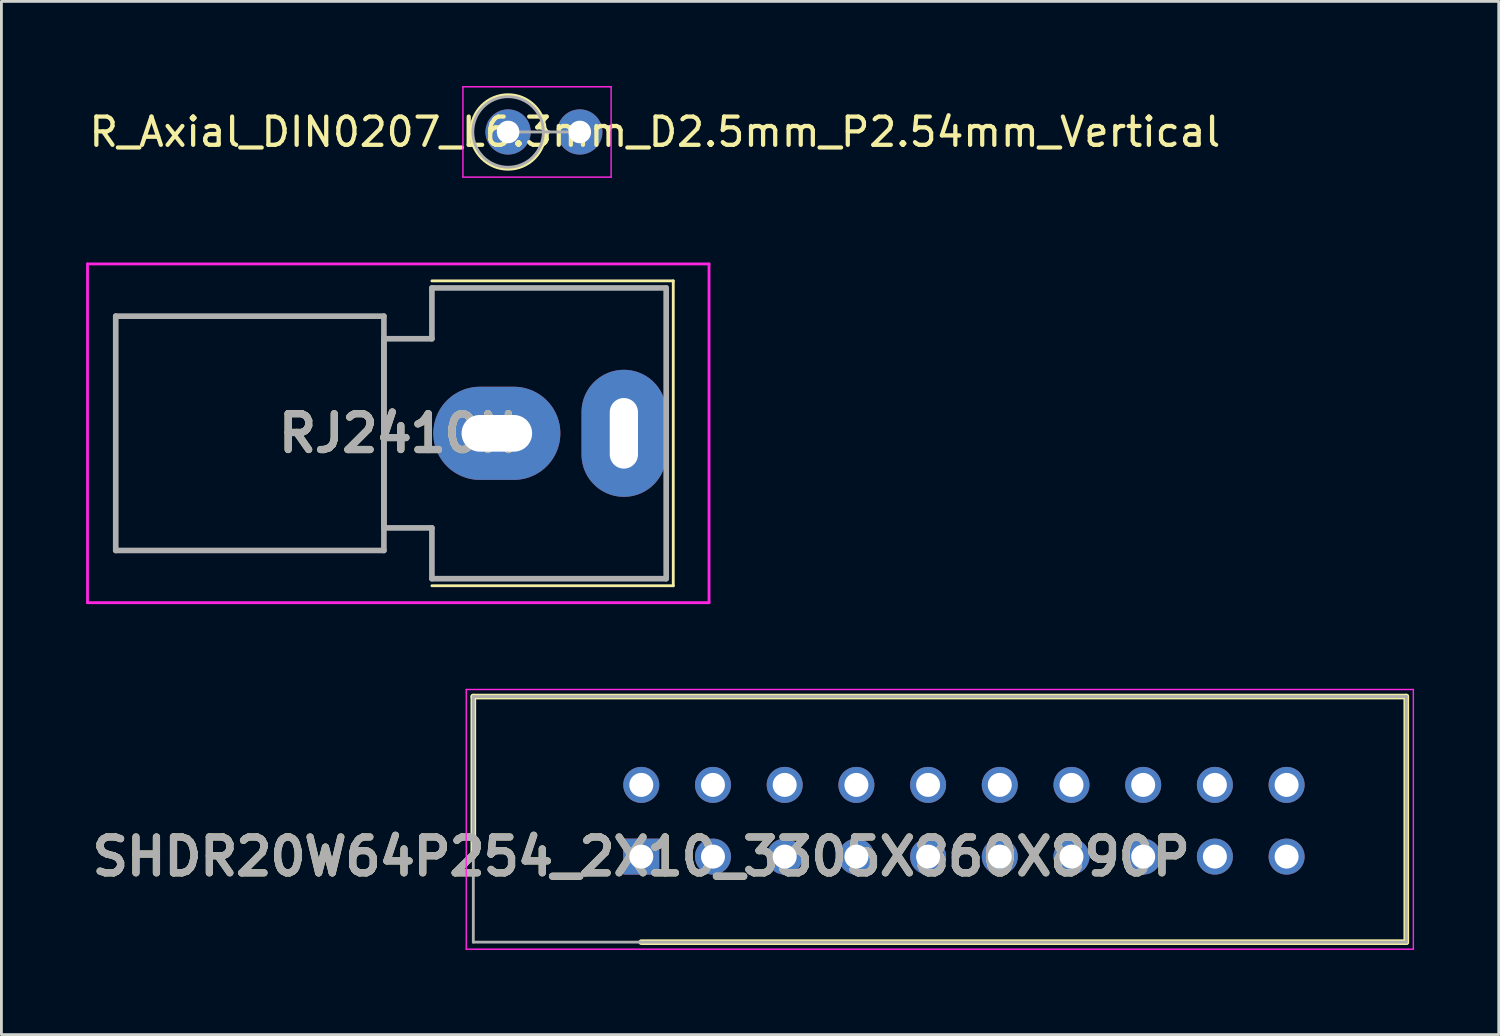
<source format=kicad_pcb>
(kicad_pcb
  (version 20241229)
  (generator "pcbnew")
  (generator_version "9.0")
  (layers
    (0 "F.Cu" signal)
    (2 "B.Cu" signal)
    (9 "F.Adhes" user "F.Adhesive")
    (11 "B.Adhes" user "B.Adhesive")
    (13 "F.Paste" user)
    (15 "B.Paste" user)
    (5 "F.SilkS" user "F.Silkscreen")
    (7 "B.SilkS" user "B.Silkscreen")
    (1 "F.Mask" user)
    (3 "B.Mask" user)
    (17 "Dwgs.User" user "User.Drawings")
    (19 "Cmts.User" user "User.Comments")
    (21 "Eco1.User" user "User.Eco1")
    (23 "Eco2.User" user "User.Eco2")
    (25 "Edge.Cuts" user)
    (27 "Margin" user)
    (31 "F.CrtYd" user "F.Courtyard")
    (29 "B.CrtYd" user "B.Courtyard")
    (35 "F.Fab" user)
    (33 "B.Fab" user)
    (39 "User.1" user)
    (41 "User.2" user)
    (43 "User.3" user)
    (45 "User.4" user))
  (footprint "SHDR20W64P254_2X10_3305X860X890P"
    (layer "F.Cu")
    (at 19.667 27.295)
    (property "Reference" "SHDR20W64P254_2X10_3305X860X890P" (at 0 0 0) (layer "F.SilkS") (effects (font (size 1.27 1.27) (thickness 0.254))))
    (attr through_hole)
    (fp_line (start -5.95 -5.67) (end -5.95 0) (stroke (width 0.2) (type solid)) (layer "F.SilkS"))
    (fp_line (start 0 3.03) (end 27.1 3.03) (stroke (width 0.2) (type solid)) (layer "F.SilkS"))
    (fp_line (start 27.1 -5.67) (end -5.95 -5.67) (stroke (width 0.2) (type solid)) (layer "F.SilkS"))
    (fp_line (start 27.1 3.03) (end 27.1 -5.67) (stroke (width 0.2) (type solid)) (layer "F.SilkS"))
    (fp_line (start -6.2 -5.92) (end 27.35 -5.92) (stroke (width 0.05) (type solid)) (layer "F.CrtYd"))
    (fp_line (start -6.2 3.28) (end -6.2 -5.92) (stroke (width 0.05) (type solid)) (layer "F.CrtYd"))
    (fp_line (start 27.35 -5.92) (end 27.35 3.28) (stroke (width 0.05) (type solid)) (layer "F.CrtYd"))
    (fp_line (start 27.35 3.28) (end -6.2 3.28) (stroke (width 0.05) (type solid)) (layer "F.CrtYd"))
    (fp_line (start -5.95 -5.67) (end 27.1 -5.67) (stroke (width 0.1) (type solid)) (layer "F.Fab"))
    (fp_line (start -5.95 3.03) (end -5.95 -5.67) (stroke (width 0.1) (type solid)) (layer "F.Fab"))
    (fp_line (start 27.1 -5.67) (end 27.1 3.03) (stroke (width 0.1) (type solid)) (layer "F.Fab"))
    (fp_line (start 27.1 3.03) (end -5.95 3.03) (stroke (width 0.1) (type solid)) (layer "F.Fab"))
    (fp_text user "${REFERENCE}" (at 0 0 0) (layer "F.Fab") (effects (font (size 1.27 1.27) (thickness 0.254))))
    (pad "1" thru_hole rect (at 0 0) (size 1.275 1.275) (drill 0.85) (layers "*.Cu" "*.Mask"))
    (pad "2" thru_hole circle (at 0 -2.54) (size 1.275 1.275) (drill 0.85) (layers "*.Cu" "*.Mask"))
    (pad "3" thru_hole circle (at 2.54 0) (size 1.275 1.275) (drill 0.85) (layers "*.Cu" "*.Mask"))
    (pad "4" thru_hole circle (at 2.54 -2.54) (size 1.275 1.275) (drill 0.85) (layers "*.Cu" "*.Mask"))
    (pad "5" thru_hole circle (at 5.08 0) (size 1.275 1.275) (drill 0.85) (layers "*.Cu" "*.Mask"))
    (pad "6" thru_hole circle (at 5.08 -2.54) (size 1.275 1.275) (drill 0.85) (layers "*.Cu" "*.Mask"))
    (pad "7" thru_hole circle (at 7.62 0) (size 1.275 1.275) (drill 0.85) (layers "*.Cu" "*.Mask"))
    (pad "8" thru_hole circle (at 7.62 -2.54) (size 1.275 1.275) (drill 0.85) (layers "*.Cu" "*.Mask"))
    (pad "9" thru_hole circle (at 10.16 0) (size 1.275 1.275) (drill 0.85) (layers "*.Cu" "*.Mask"))
    (pad "10" thru_hole circle (at 10.16 -2.54) (size 1.275 1.275) (drill 0.85) (layers "*.Cu" "*.Mask"))
    (pad "11" thru_hole circle (at 12.7 0) (size 1.275 1.275) (drill 0.85) (layers "*.Cu" "*.Mask"))
    (pad "12" thru_hole circle (at 12.7 -2.54) (size 1.275 1.275) (drill 0.85) (layers "*.Cu" "*.Mask"))
    (pad "13" thru_hole circle (at 15.24 0) (size 1.275 1.275) (drill 0.85) (layers "*.Cu" "*.Mask"))
    (pad "14" thru_hole circle (at 15.24 -2.54) (size 1.275 1.275) (drill 0.85) (layers "*.Cu" "*.Mask"))
    (pad "15" thru_hole circle (at 17.78 0) (size 1.275 1.275) (drill 0.85) (layers "*.Cu" "*.Mask"))
    (pad "16" thru_hole circle (at 17.78 -2.54) (size 1.275 1.275) (drill 0.85) (layers "*.Cu" "*.Mask"))
    (pad "17" thru_hole circle (at 20.32 0) (size 1.275 1.275) (drill 0.85) (layers "*.Cu" "*.Mask"))
    (pad "18" thru_hole circle (at 20.32 -2.54) (size 1.275 1.275) (drill 0.85) (layers "*.Cu" "*.Mask"))
    (pad "19" thru_hole circle (at 22.86 0) (size 1.275 1.275) (drill 0.85) (layers "*.Cu" "*.Mask"))
    (pad "20" thru_hole circle (at 22.86 -2.54) (size 1.275 1.275) (drill 0.85) (layers "*.Cu" "*.Mask")))
  (footprint "RJ2410N"
    (layer "F.Cu")
    (at 14.55 12.3)
    (property "Reference" "RJ2410N" (at -3.491 0 180) (layer "F.SilkS") (effects (font (size 1.27 1.27) (thickness 0.254))))
    (attr through_hole)
    (fp_line (start -2.3 -5.4) (end 6.25 -5.4) (stroke (width 0.1) (type solid)) (layer "F.SilkS"))
    (fp_line (start -2.3 5.4) (end 6.25 5.4) (stroke (width 0.1) (type solid)) (layer "F.SilkS"))
    (fp_line (start 6.25 -5.4) (end 6.25 5.4) (stroke (width 0.1) (type solid)) (layer "F.SilkS"))
    (fp_line (start -14.5 -6) (end 7.517 -6) (stroke (width 0.1) (type solid)) (layer "F.CrtYd"))
    (fp_line (start -14.5 6) (end -14.5 -6) (stroke (width 0.1) (type solid)) (layer "F.CrtYd"))
    (fp_line (start 7.517 -6) (end 7.517 6) (stroke (width 0.1) (type solid)) (layer "F.CrtYd"))
    (fp_line (start 7.517 6) (end -14.5 6) (stroke (width 0.1) (type solid)) (layer "F.CrtYd"))
    (fp_line (start -13.5 -4.15) (end -4 -4.15) (stroke (width 0.2) (type solid)) (layer "F.Fab"))
    (fp_line (start -13.5 4.15) (end -13.5 -4.15) (stroke (width 0.2) (type solid)) (layer "F.Fab"))
    (fp_line (start -4 -4.15) (end -4 4.15) (stroke (width 0.2) (type solid)) (layer "F.Fab"))
    (fp_line (start -4 -3.35) (end -4 3.35) (stroke (width 0.2) (type solid)) (layer "F.Fab"))
    (fp_line (start -4 4.15) (end -13.5 4.15) (stroke (width 0.2) (type solid)) (layer "F.Fab"))
    (fp_line (start -2.3 -5.15) (end -2.3 -3.35) (stroke (width 0.2) (type solid)) (layer "F.Fab"))
    (fp_line (start -2.3 -3.35) (end -4 -3.35) (stroke (width 0.2) (type solid)) (layer "F.Fab"))
    (fp_line (start -2.3 3.35) (end -4 3.35) (stroke (width 0.2) (type solid)) (layer "F.Fab"))
    (fp_line (start -2.3 3.35) (end -2.3 5.15) (stroke (width 0.2) (type solid)) (layer "F.Fab"))
    (fp_line (start -2.3 5.15) (end 6 5.15) (stroke (width 0.2) (type solid)) (layer "F.Fab"))
    (fp_line (start 6 -5.15) (end -2.3 -5.15) (stroke (width 0.2) (type solid)) (layer "F.Fab"))
    (fp_line (start 6 5.15) (end 6 -5.15) (stroke (width 0.2) (type solid)) (layer "F.Fab"))
    (fp_text user "${REFERENCE}" (at -3.491 0 180) (layer "F.Fab") (effects (font (size 1.27 1.27) (thickness 0.254))))
    (pad "1" thru_hole oval (at 0 0) (size 4.5 3.3) (drill oval 2.5 1.3) (layers "*.Cu" "*.Mask"))
    (pad "2" thru_hole oval (at 4.5 0) (size 3 4.5) (drill oval 1 2.5) (layers "*.Cu" "*.Mask")))
  (footprint "R_Axial_DIN0207_L6.3mm_D2.5mm_P2.54mm_Vertical"
    (layer "F.Cu")
    (at 14.949 1.625)
    (property "Reference" "R_Axial_DIN0207_L6.3mm_D2.5mm_P2.54mm_Vertical" (at 5.2 0 180) (layer "F.SilkS") (effects (font (size 1 1) (thickness 0.15))))
    (attr through_hole)
    (fp_line (start 1.31 0) (end 1.44 0) (stroke (width 0.12) (type solid)) (layer "F.SilkS"))
    (fp_circle (center 0 0) (end 1.31 0) (stroke (width 0.12) (type solid)) (fill no) (layer "F.SilkS"))
    (fp_line (start -1.6 -1.6) (end -1.6 1.6) (stroke (width 0.05) (type solid)) (layer "F.CrtYd"))
    (fp_line (start -1.6 1.6) (end 3.65 1.6) (stroke (width 0.05) (type solid)) (layer "F.CrtYd"))
    (fp_line (start 3.65 -1.6) (end -1.6 -1.6) (stroke (width 0.05) (type solid)) (layer "F.CrtYd"))
    (fp_line (start 3.65 1.6) (end 3.65 -1.6) (stroke (width 0.05) (type solid)) (layer "F.CrtYd"))
    (fp_line (start 0 0) (end 2.54 0) (stroke (width 0.1) (type solid)) (layer "F.Fab"))
    (fp_circle (center 0 0) (end 1.25 0) (stroke (width 0.1) (type solid)) (fill no) (layer "F.Fab"))
    (pad "1" thru_hole circle (at 0 0) (size 1.6 1.6) (drill 0.8) (layers "*.Cu" "*.Mask"))
    (pad "2" thru_hole oval (at 2.54 0) (size 1.6 1.6) (drill 0.8) (layers "*.Cu" "*.Mask")))
  (gr_rect
    (start -3 -3)
    (end 50.042 33.6)
    (stroke (width 0.1) (type default))
    (fill no)
    (layer "Edge.Cuts")))
</source>
